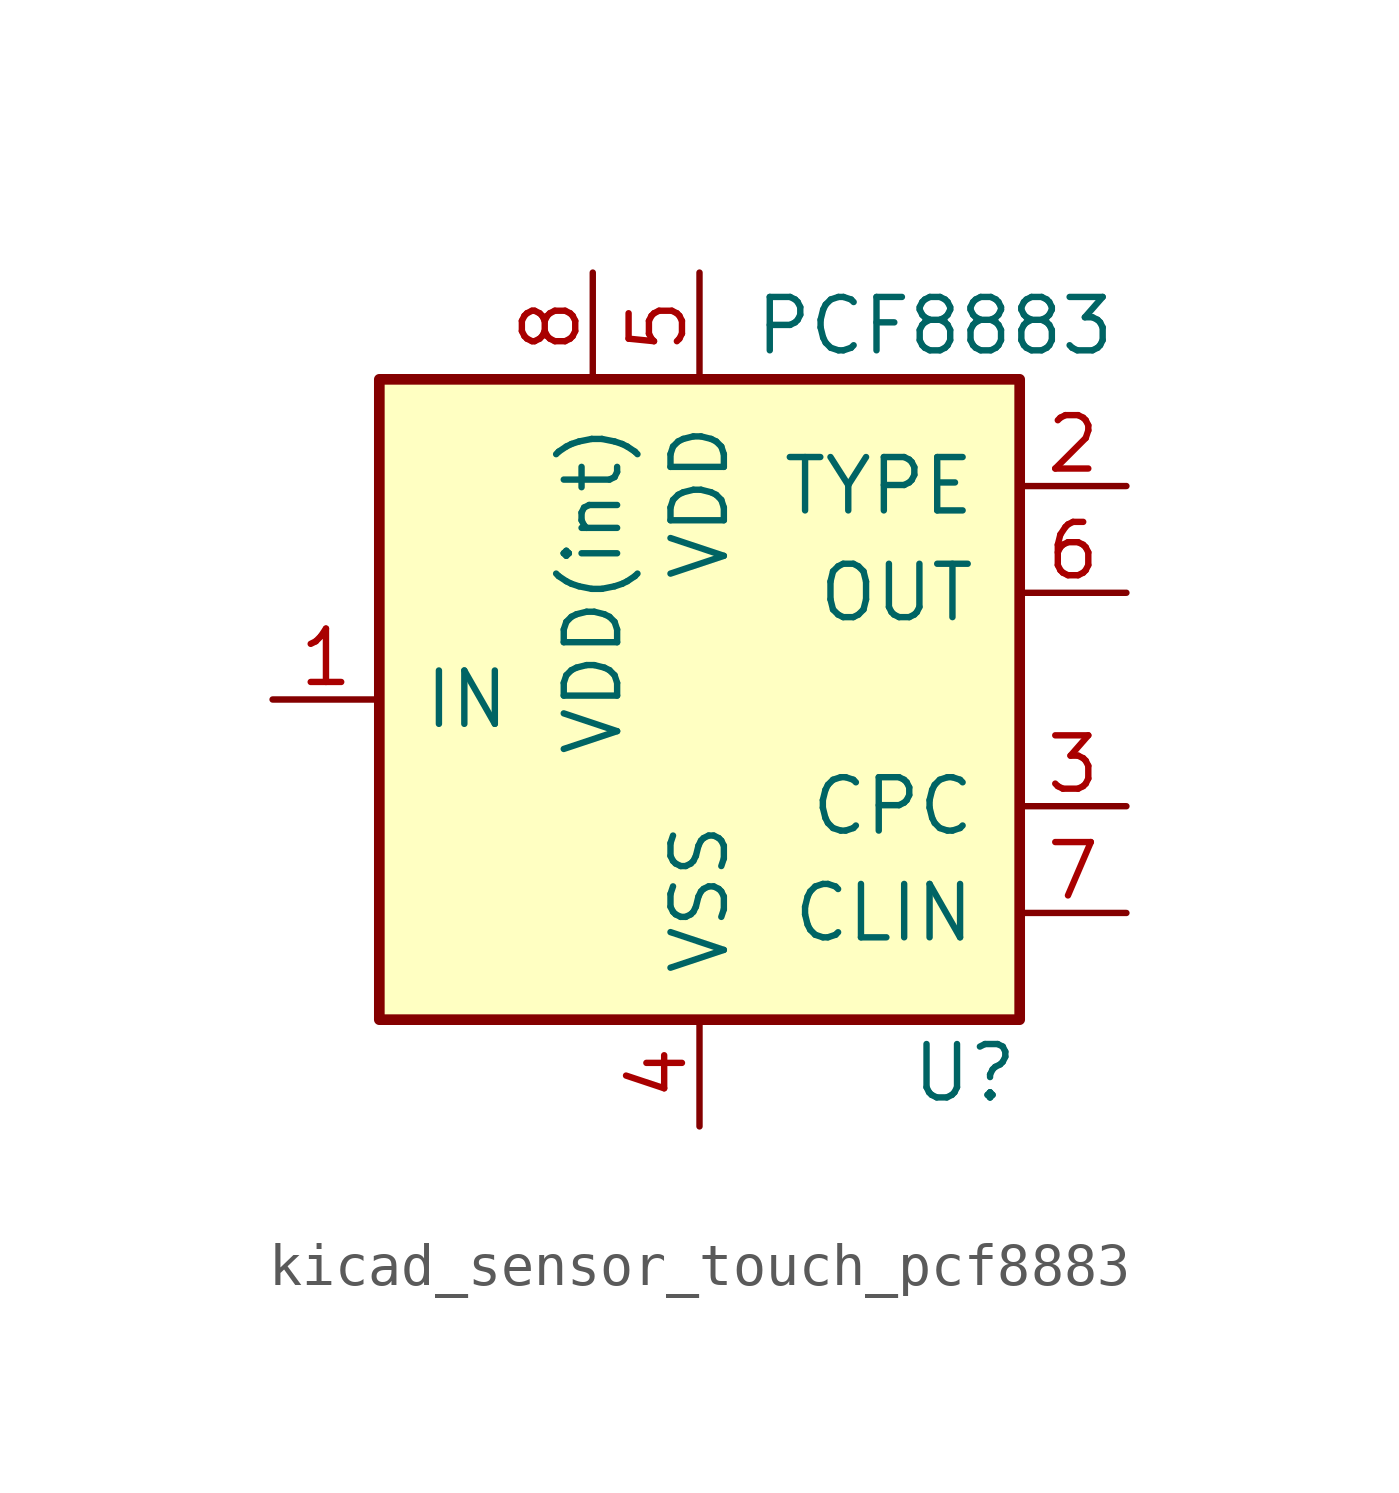
<source format=kicad_sym>
(kicad_symbol_lib
  (version 20220914)
  (generator kicad_symbol_editor)
  (symbol "kicad_sensor_touch_pcf8883"
    (pin_names
      (offset 1.016))
    (property "Reference" "U"
      (at 7.62 -8.89 0)
      (effects (font (size 1.27 1.27)) (justify right)))
    (property "Value" "PCF8883"
      (at 1.27 8.89 0)
      (effects (font (size 1.27 1.27)) (justify left)))
    (symbol "kicad_sensor_touch_pcf8883_0_1"
      (rectangle (start 7.62 -7.62) (end -7.62 7.62) (stroke (width 0.254) (type default)) (fill (type background))))
    (symbol "kicad_sensor_touch_pcf8883_1_1"
      (pin input line (at -10.16 0 0) (length 2.54) (name "IN" (effects (font (size 1.27 1.27)))) (number "1" (effects (font (size 1.27 1.27)))))
      (pin input line (at 10.16 5.08 180) (length 2.54) (name "TYPE" (effects (font (size 1.27 1.27)))) (number "2" (effects (font (size 1.27 1.27)))))
      (pin bidirectional line (at 10.16 -2.54 180) (length 2.54) (name "CPC" (effects (font (size 1.27 1.27)))) (number "3" (effects (font (size 1.27 1.27)))))
      (pin power_in line (at 0 -10.16 90) (length 2.54) (name "VSS" (effects (font (size 1.27 1.27)))) (number "4" (effects (font (size 1.27 1.27)))))
      (pin power_in line (at 0 10.16 270) (length 2.54) (name "VDD" (effects (font (size 1.27 1.27)))) (number "5" (effects (font (size 1.27 1.27)))))
      (pin output line (at 10.16 2.54 180) (length 2.54) (name "OUT" (effects (font (size 1.27 1.27)))) (number "6" (effects (font (size 1.27 1.27)))))
      (pin bidirectional line (at 10.16 -5.08 180) (length 2.54) (name "CLIN" (effects (font (size 1.27 1.27)))) (number "7" (effects (font (size 1.27 1.27)))))
      (pin power_out line (at -2.54 10.16 270) (length 2.54) (name "VDD(int)" (effects (font (size 1.27 1.27)))) (number "8" (effects (font (size 1.27 1.27))))))))
</source>
